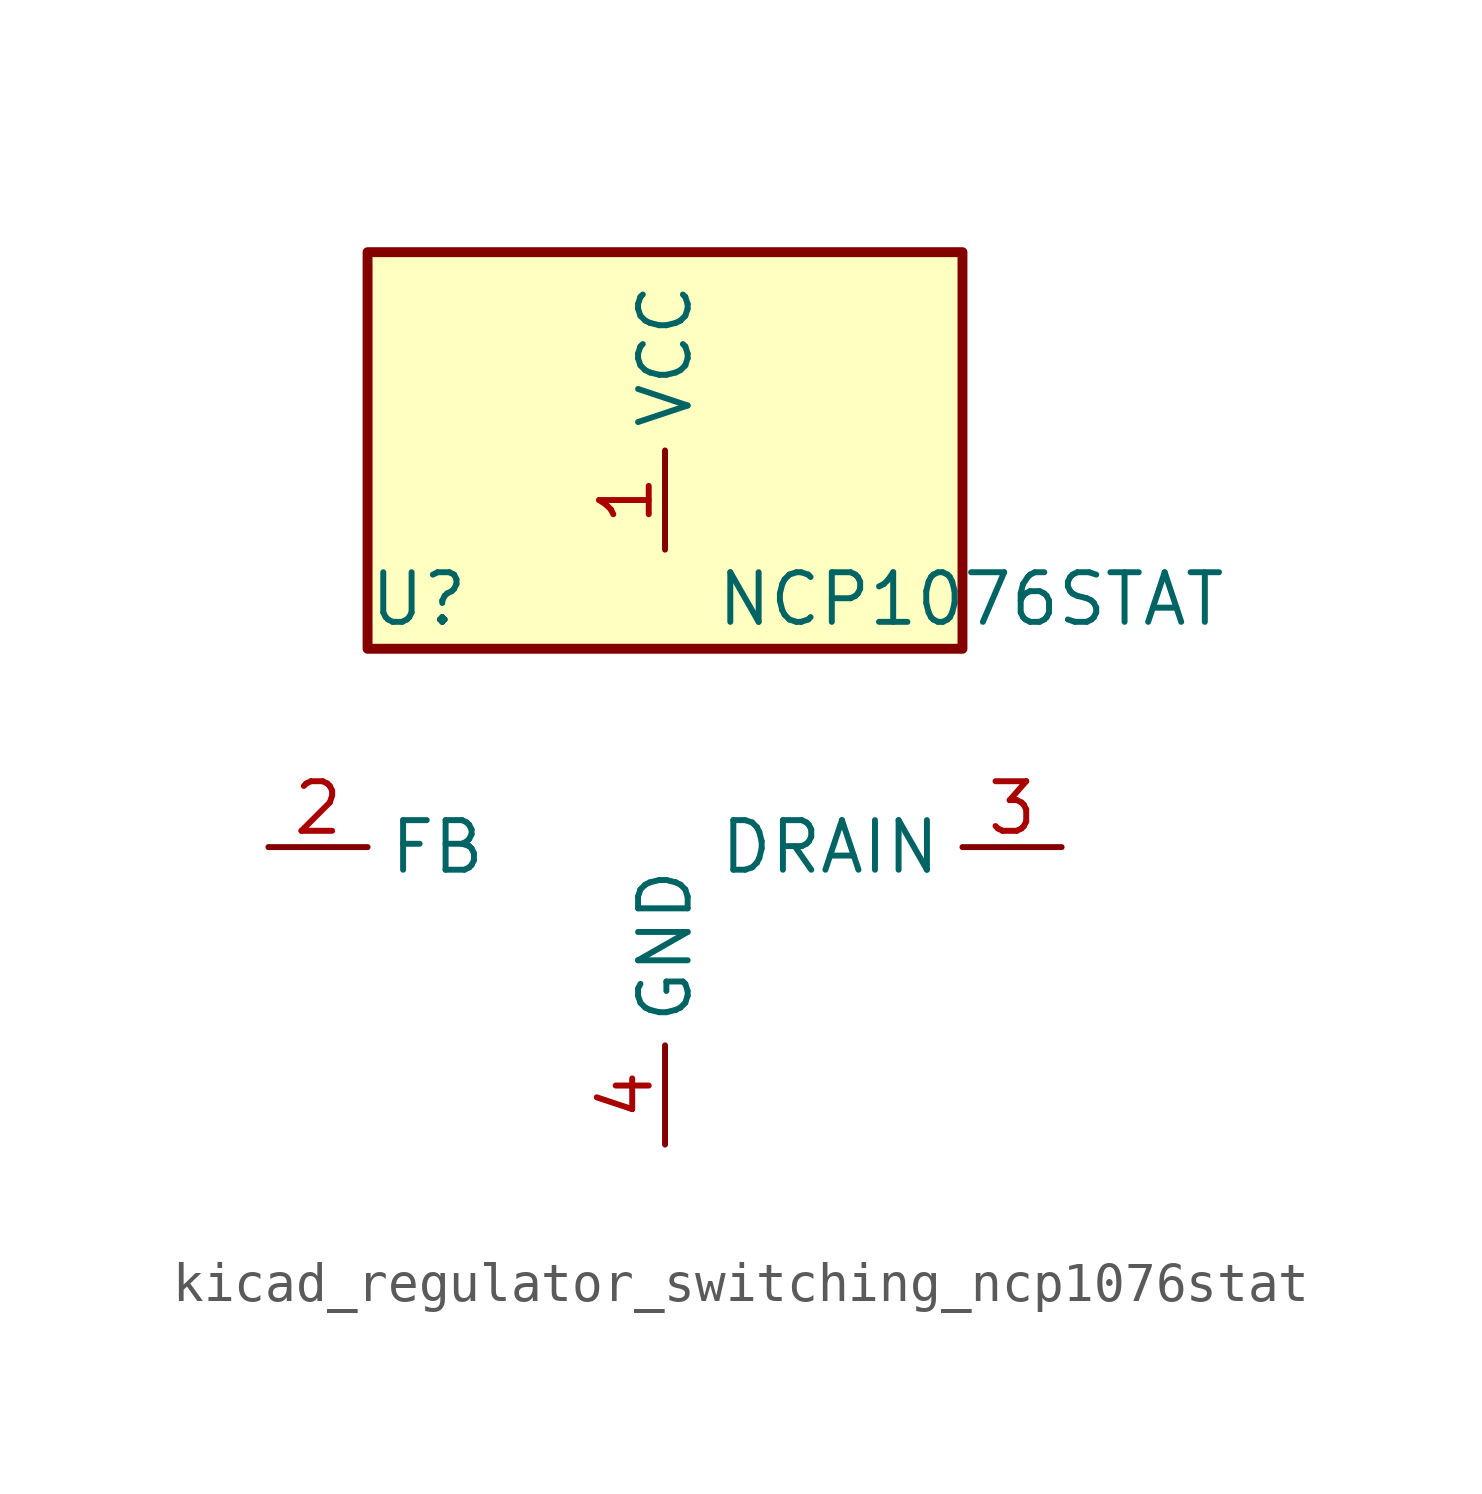
<source format=kicad_sym>
(kicad_symbol_lib
  (version 20220914)
  (generator kicad_symbol_editor)
  (symbol "kicad_regulator_switching_ncp1076stat"
    (property "Reference" "U"
      (at -7.62 6.35 0)
      (effects (font (size 1.27 1.27)) (justify left)))
    (property "Value" "NCP1076STAT"
      (at 1.27 6.35 0)
      (effects (font (size 1.27 1.27)) (justify left)))
    (symbol "kicad_regulator_switching_ncp1076stat_0_1"
      (rectangle (start 7.62 15.24) (end -7.62 5.08) (stroke (width 0.254) (type default)) (fill (type background))))
    (symbol "kicad_regulator_switching_ncp1076stat_1_1"
      (pin power_in line (at 0 7.62 90) (length 2.54) (name "VCC" (effects (font (size 1.27 1.27)))) (number "1" (effects (font (size 1.27 1.27)))))
      (pin input line (at -10.16 0 0) (length 2.54) (name "FB" (effects (font (size 1.27 1.27)))) (number "2" (effects (font (size 1.27 1.27)))))
      (pin open_collector line (at 10.16 0 180) (length 2.54) (name "DRAIN" (effects (font (size 1.27 1.27)))) (number "3" (effects (font (size 1.27 1.27)))))
      (pin power_in line (at 0 -7.62 90) (length 2.54) (name "GND" (effects (font (size 1.27 1.27)))) (number "4" (effects (font (size 1.27 1.27))))))))
</source>
